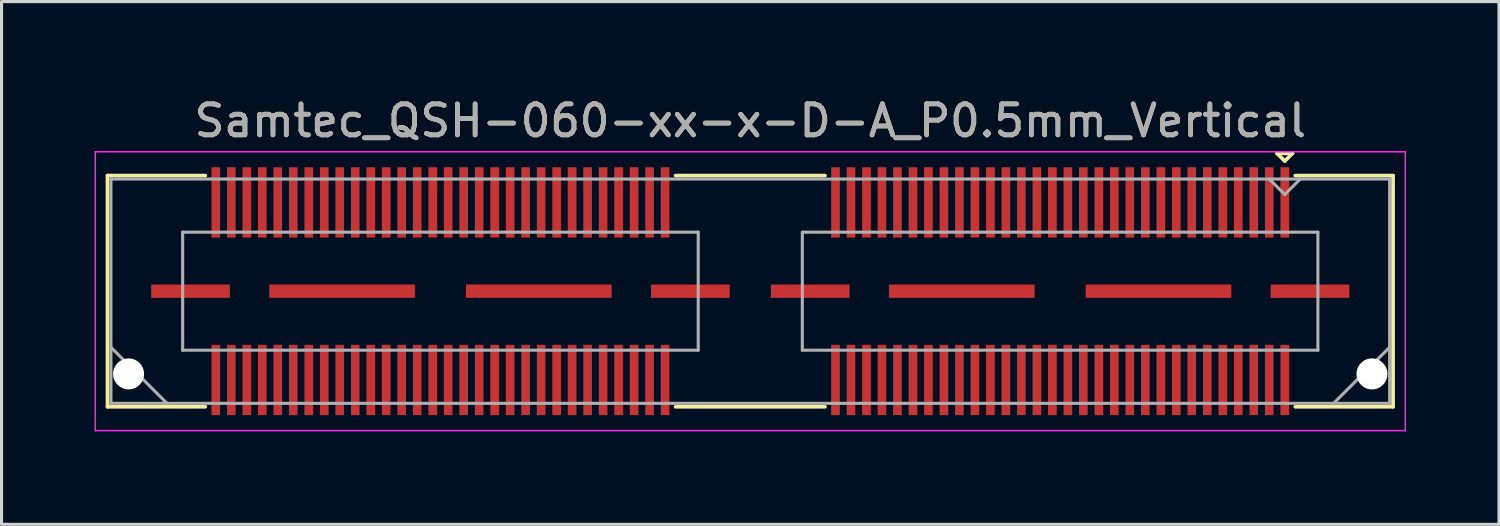
<source format=kicad_pcb>
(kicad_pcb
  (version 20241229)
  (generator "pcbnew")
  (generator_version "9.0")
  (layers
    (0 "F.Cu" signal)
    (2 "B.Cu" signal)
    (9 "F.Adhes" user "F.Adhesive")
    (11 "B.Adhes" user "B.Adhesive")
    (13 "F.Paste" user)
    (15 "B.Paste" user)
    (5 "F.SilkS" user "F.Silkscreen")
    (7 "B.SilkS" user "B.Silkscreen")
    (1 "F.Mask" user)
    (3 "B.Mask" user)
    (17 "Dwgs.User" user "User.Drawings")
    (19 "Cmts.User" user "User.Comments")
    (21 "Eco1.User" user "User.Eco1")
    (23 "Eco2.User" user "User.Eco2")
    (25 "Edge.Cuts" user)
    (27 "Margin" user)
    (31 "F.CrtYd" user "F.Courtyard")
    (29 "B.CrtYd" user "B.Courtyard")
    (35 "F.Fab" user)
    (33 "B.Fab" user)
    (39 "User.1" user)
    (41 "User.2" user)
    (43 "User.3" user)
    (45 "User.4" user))
  (footprint "Samtec_QSH-060-xx-x-D-A_P0.5mm_Vertical"
    (layer "F.Cu")
    (at 21.165 6.348)
    (property "Reference" "Samtec_QSH-060-xx-x-D-A_P0.5mm_Vertical" (at 0 -5.5 0) (layer "F.SilkS") (effects (font (size 1 1) (thickness 0.15))))
    (attr smd)
    (fp_line (start -20.745 -3.73) (end -17.59 -3.73) (stroke (width 0.12) (type solid)) (layer "F.SilkS"))
    (fp_line (start -20.745 3.73) (end -20.745 -3.73) (stroke (width 0.12) (type solid)) (layer "F.SilkS"))
    (fp_line (start -17.59 3.73) (end -20.745 3.73) (stroke (width 0.12) (type solid)) (layer "F.SilkS"))
    (fp_line (start 2.41 -3.73) (end -2.41 -3.73) (stroke (width 0.12) (type solid)) (layer "F.SilkS"))
    (fp_line (start 2.41 3.73) (end -2.41 3.73) (stroke (width 0.12) (type solid)) (layer "F.SilkS"))
    (fp_line (start 17 -4.45) (end 17.5 -4.45) (stroke (width 0.12) (type solid)) (layer "F.SilkS"))
    (fp_line (start 17.25 -4.2) (end 17 -4.45) (stroke (width 0.12) (type solid)) (layer "F.SilkS"))
    (fp_line (start 17.5 -4.45) (end 17.25 -4.2) (stroke (width 0.12) (type solid)) (layer "F.SilkS"))
    (fp_line (start 17.59 3.73) (end 20.745 3.73) (stroke (width 0.12) (type solid)) (layer "F.SilkS"))
    (fp_line (start 20.745 -3.73) (end 17.59 -3.73) (stroke (width 0.12) (type solid)) (layer "F.SilkS"))
    (fp_line (start 20.745 3.73) (end 20.745 -3.73) (stroke (width 0.12) (type solid)) (layer "F.SilkS"))
    (fp_line (start -21.14 -4.5) (end -21.14 4.5) (stroke (width 0.05) (type solid)) (layer "F.CrtYd"))
    (fp_line (start -21.14 4.5) (end 21.14 4.5) (stroke (width 0.05) (type solid)) (layer "F.CrtYd"))
    (fp_line (start 21.14 -4.5) (end -21.14 -4.5) (stroke (width 0.05) (type solid)) (layer "F.CrtYd"))
    (fp_line (start 21.14 4.5) (end 21.14 -4.5) (stroke (width 0.05) (type solid)) (layer "F.CrtYd"))
    (fp_line (start -20.635 -3.62) (end -20.635 3.62) (stroke (width 0.1) (type solid)) (layer "F.Fab"))
    (fp_line (start -20.635 1.81) (end -18.825 3.62) (stroke (width 0.1) (type solid)) (layer "F.Fab"))
    (fp_line (start -20.635 3.62) (end 20.635 3.62) (stroke (width 0.1) (type solid)) (layer "F.Fab"))
    (fp_line (start -18.32 -1.905) (end -18.32 1.905) (stroke (width 0.1) (type solid)) (layer "F.Fab"))
    (fp_line (start -18.32 1.905) (end -1.68 1.905) (stroke (width 0.1) (type solid)) (layer "F.Fab"))
    (fp_line (start -1.68 -1.905) (end -18.32 -1.905) (stroke (width 0.1) (type solid)) (layer "F.Fab"))
    (fp_line (start -1.68 1.905) (end -1.68 -1.905) (stroke (width 0.1) (type solid)) (layer "F.Fab"))
    (fp_line (start 1.68 -1.905) (end 1.68 1.905) (stroke (width 0.1) (type solid)) (layer "F.Fab"))
    (fp_line (start 1.68 1.905) (end 18.32 1.905) (stroke (width 0.1) (type solid)) (layer "F.Fab"))
    (fp_line (start 17.25 -3.12) (end 16.75 -3.62) (stroke (width 0.1) (type solid)) (layer "F.Fab"))
    (fp_line (start 17.75 -3.62) (end 17.25 -3.12) (stroke (width 0.1) (type solid)) (layer "F.Fab"))
    (fp_line (start 18.32 -1.905) (end 1.68 -1.905) (stroke (width 0.1) (type solid)) (layer "F.Fab"))
    (fp_line (start 18.32 1.905) (end 18.32 -1.905) (stroke (width 0.1) (type solid)) (layer "F.Fab"))
    (fp_line (start 20.635 -3.62) (end -20.635 -3.62) (stroke (width 0.1) (type solid)) (layer "F.Fab"))
    (fp_line (start 20.635 1.81) (end 18.825 3.62) (stroke (width 0.1) (type solid)) (layer "F.Fab"))
    (fp_line (start 20.635 3.62) (end 20.635 -3.62) (stroke (width 0.1) (type solid)) (layer "F.Fab"))
    (fp_text user "${REFERENCE}" (at 0 -5.5 0) (layer "F.Fab") (effects (font (size 1 1) (thickness 0.15))))
    (pad "" np_thru_hole circle (at -20.065 2.67) (size 1 1) (drill 1) (layers "*.Cu" "*.Mask"))
    (pad "" np_thru_hole circle (at 20.065 2.67) (size 1 1) (drill 1) (layers "*.Cu" "*.Mask"))
    (pad "1" smd rect (at 17.25 -2.865) (size 0.279 2.27) (layers "F.Cu" "F.Mask" "F.Paste"))
    (pad "2" smd rect (at 17.25 2.865) (size 0.279 2.27) (layers "F.Cu" "F.Mask" "F.Paste"))
    (pad "3" smd rect (at 16.75 -2.865) (size 0.279 2.27) (layers "F.Cu" "F.Mask" "F.Paste"))
    (pad "4" smd rect (at 16.75 2.865) (size 0.279 2.27) (layers "F.Cu" "F.Mask" "F.Paste"))
    (pad "5" smd rect (at 16.25 -2.865) (size 0.279 2.27) (layers "F.Cu" "F.Mask" "F.Paste"))
    (pad "6" smd rect (at 16.25 2.865) (size 0.279 2.27) (layers "F.Cu" "F.Mask" "F.Paste"))
    (pad "7" smd rect (at 15.75 -2.865) (size 0.279 2.27) (layers "F.Cu" "F.Mask" "F.Paste"))
    (pad "8" smd rect (at 15.75 2.865) (size 0.279 2.27) (layers "F.Cu" "F.Mask" "F.Paste"))
    (pad "9" smd rect (at 15.25 -2.865) (size 0.279 2.27) (layers "F.Cu" "F.Mask" "F.Paste"))
    (pad "10" smd rect (at 15.25 2.865) (size 0.279 2.27) (layers "F.Cu" "F.Mask" "F.Paste"))
    (pad "11" smd rect (at 14.75 -2.865) (size 0.279 2.27) (layers "F.Cu" "F.Mask" "F.Paste"))
    (pad "12" smd rect (at 14.75 2.865) (size 0.279 2.27) (layers "F.Cu" "F.Mask" "F.Paste"))
    (pad "13" smd rect (at 14.25 -2.865) (size 0.279 2.27) (layers "F.Cu" "F.Mask" "F.Paste"))
    (pad "14" smd rect (at 14.25 2.865) (size 0.279 2.27) (layers "F.Cu" "F.Mask" "F.Paste"))
    (pad "15" smd rect (at 13.75 -2.865) (size 0.279 2.27) (layers "F.Cu" "F.Mask" "F.Paste"))
    (pad "16" smd rect (at 13.75 2.865) (size 0.279 2.27) (layers "F.Cu" "F.Mask" "F.Paste"))
    (pad "17" smd rect (at 13.25 -2.865) (size 0.279 2.27) (layers "F.Cu" "F.Mask" "F.Paste"))
    (pad "18" smd rect (at 13.25 2.865) (size 0.279 2.27) (layers "F.Cu" "F.Mask" "F.Paste"))
    (pad "19" smd rect (at 12.75 -2.865) (size 0.279 2.27) (layers "F.Cu" "F.Mask" "F.Paste"))
    (pad "20" smd rect (at 12.75 2.865) (size 0.279 2.27) (layers "F.Cu" "F.Mask" "F.Paste"))
    (pad "21" smd rect (at 12.25 -2.865) (size 0.279 2.27) (layers "F.Cu" "F.Mask" "F.Paste"))
    (pad "22" smd rect (at 12.25 2.865) (size 0.279 2.27) (layers "F.Cu" "F.Mask" "F.Paste"))
    (pad "23" smd rect (at 11.75 -2.865) (size 0.279 2.27) (layers "F.Cu" "F.Mask" "F.Paste"))
    (pad "24" smd rect (at 11.75 2.865) (size 0.279 2.27) (layers "F.Cu" "F.Mask" "F.Paste"))
    (pad "25" smd rect (at 11.25 -2.865) (size 0.279 2.27) (layers "F.Cu" "F.Mask" "F.Paste"))
    (pad "26" smd rect (at 11.25 2.865) (size 0.279 2.27) (layers "F.Cu" "F.Mask" "F.Paste"))
    (pad "27" smd rect (at 10.75 -2.865) (size 0.279 2.27) (layers "F.Cu" "F.Mask" "F.Paste"))
    (pad "28" smd rect (at 10.75 2.865) (size 0.279 2.27) (layers "F.Cu" "F.Mask" "F.Paste"))
    (pad "29" smd rect (at 10.25 -2.865) (size 0.279 2.27) (layers "F.Cu" "F.Mask" "F.Paste"))
    (pad "30" smd rect (at 10.25 2.865) (size 0.279 2.27) (layers "F.Cu" "F.Mask" "F.Paste"))
    (pad "31" smd rect (at 9.75 -2.865) (size 0.279 2.27) (layers "F.Cu" "F.Mask" "F.Paste"))
    (pad "32" smd rect (at 9.75 2.865) (size 0.279 2.27) (layers "F.Cu" "F.Mask" "F.Paste"))
    (pad "33" smd rect (at 9.25 -2.865) (size 0.279 2.27) (layers "F.Cu" "F.Mask" "F.Paste"))
    (pad "34" smd rect (at 9.25 2.865) (size 0.279 2.27) (layers "F.Cu" "F.Mask" "F.Paste"))
    (pad "35" smd rect (at 8.75 -2.865) (size 0.279 2.27) (layers "F.Cu" "F.Mask" "F.Paste"))
    (pad "36" smd rect (at 8.75 2.865) (size 0.279 2.27) (layers "F.Cu" "F.Mask" "F.Paste"))
    (pad "37" smd rect (at 8.25 -2.865) (size 0.279 2.27) (layers "F.Cu" "F.Mask" "F.Paste"))
    (pad "38" smd rect (at 8.25 2.865) (size 0.279 2.27) (layers "F.Cu" "F.Mask" "F.Paste"))
    (pad "39" smd rect (at 7.75 -2.865) (size 0.279 2.27) (layers "F.Cu" "F.Mask" "F.Paste"))
    (pad "40" smd rect (at 7.75 2.865) (size 0.279 2.27) (layers "F.Cu" "F.Mask" "F.Paste"))
    (pad "41" smd rect (at 7.25 -2.865) (size 0.279 2.27) (layers "F.Cu" "F.Mask" "F.Paste"))
    (pad "42" smd rect (at 7.25 2.865) (size 0.279 2.27) (layers "F.Cu" "F.Mask" "F.Paste"))
    (pad "43" smd rect (at 6.75 -2.865) (size 0.279 2.27) (layers "F.Cu" "F.Mask" "F.Paste"))
    (pad "44" smd rect (at 6.75 2.865) (size 0.279 2.27) (layers "F.Cu" "F.Mask" "F.Paste"))
    (pad "45" smd rect (at 6.25 -2.865) (size 0.279 2.27) (layers "F.Cu" "F.Mask" "F.Paste"))
    (pad "46" smd rect (at 6.25 2.865) (size 0.279 2.27) (layers "F.Cu" "F.Mask" "F.Paste"))
    (pad "47" smd rect (at 5.75 -2.865) (size 0.279 2.27) (layers "F.Cu" "F.Mask" "F.Paste"))
    (pad "48" smd rect (at 5.75 2.865) (size 0.279 2.27) (layers "F.Cu" "F.Mask" "F.Paste"))
    (pad "49" smd rect (at 5.25 -2.865) (size 0.279 2.27) (layers "F.Cu" "F.Mask" "F.Paste"))
    (pad "50" smd rect (at 5.25 2.865) (size 0.279 2.27) (layers "F.Cu" "F.Mask" "F.Paste"))
    (pad "51" smd rect (at 4.75 -2.865) (size 0.279 2.27) (layers "F.Cu" "F.Mask" "F.Paste"))
    (pad "52" smd rect (at 4.75 2.865) (size 0.279 2.27) (layers "F.Cu" "F.Mask" "F.Paste"))
    (pad "53" smd rect (at 4.25 -2.865) (size 0.279 2.27) (layers "F.Cu" "F.Mask" "F.Paste"))
    (pad "54" smd rect (at 4.25 2.865) (size 0.279 2.27) (layers "F.Cu" "F.Mask" "F.Paste"))
    (pad "55" smd rect (at 3.75 -2.865) (size 0.279 2.27) (layers "F.Cu" "F.Mask" "F.Paste"))
    (pad "56" smd rect (at 3.75 2.865) (size 0.279 2.27) (layers "F.Cu" "F.Mask" "F.Paste"))
    (pad "57" smd rect (at 3.25 -2.865) (size 0.279 2.27) (layers "F.Cu" "F.Mask" "F.Paste"))
    (pad "58" smd rect (at 3.25 2.865) (size 0.279 2.27) (layers "F.Cu" "F.Mask" "F.Paste"))
    (pad "59" smd rect (at 2.75 -2.865) (size 0.279 2.27) (layers "F.Cu" "F.Mask" "F.Paste"))
    (pad "60" smd rect (at 2.75 2.865) (size 0.279 2.27) (layers "F.Cu" "F.Mask" "F.Paste"))
    (pad "61" smd rect (at -2.75 -2.865) (size 0.279 2.27) (layers "F.Cu" "F.Mask" "F.Paste"))
    (pad "62" smd rect (at -2.75 2.865) (size 0.279 2.27) (layers "F.Cu" "F.Mask" "F.Paste"))
    (pad "63" smd rect (at -3.25 -2.865) (size 0.279 2.27) (layers "F.Cu" "F.Mask" "F.Paste"))
    (pad "64" smd rect (at -3.25 2.865) (size 0.279 2.27) (layers "F.Cu" "F.Mask" "F.Paste"))
    (pad "65" smd rect (at -3.75 -2.865) (size 0.279 2.27) (layers "F.Cu" "F.Mask" "F.Paste"))
    (pad "66" smd rect (at -3.75 2.865) (size 0.279 2.27) (layers "F.Cu" "F.Mask" "F.Paste"))
    (pad "67" smd rect (at -4.25 -2.865) (size 0.279 2.27) (layers "F.Cu" "F.Mask" "F.Paste"))
    (pad "68" smd rect (at -4.25 2.865) (size 0.279 2.27) (layers "F.Cu" "F.Mask" "F.Paste"))
    (pad "69" smd rect (at -4.75 -2.865) (size 0.279 2.27) (layers "F.Cu" "F.Mask" "F.Paste"))
    (pad "70" smd rect (at -4.75 2.865) (size 0.279 2.27) (layers "F.Cu" "F.Mask" "F.Paste"))
    (pad "71" smd rect (at -5.25 -2.865) (size 0.279 2.27) (layers "F.Cu" "F.Mask" "F.Paste"))
    (pad "72" smd rect (at -5.25 2.865) (size 0.279 2.27) (layers "F.Cu" "F.Mask" "F.Paste"))
    (pad "73" smd rect (at -5.75 -2.865) (size 0.279 2.27) (layers "F.Cu" "F.Mask" "F.Paste"))
    (pad "74" smd rect (at -5.75 2.865) (size 0.279 2.27) (layers "F.Cu" "F.Mask" "F.Paste"))
    (pad "75" smd rect (at -6.25 -2.865) (size 0.279 2.27) (layers "F.Cu" "F.Mask" "F.Paste"))
    (pad "76" smd rect (at -6.25 2.865) (size 0.279 2.27) (layers "F.Cu" "F.Mask" "F.Paste"))
    (pad "77" smd rect (at -6.75 -2.865) (size 0.279 2.27) (layers "F.Cu" "F.Mask" "F.Paste"))
    (pad "78" smd rect (at -6.75 2.865) (size 0.279 2.27) (layers "F.Cu" "F.Mask" "F.Paste"))
    (pad "79" smd rect (at -7.25 -2.865) (size 0.279 2.27) (layers "F.Cu" "F.Mask" "F.Paste"))
    (pad "80" smd rect (at -7.25 2.865) (size 0.279 2.27) (layers "F.Cu" "F.Mask" "F.Paste"))
    (pad "81" smd rect (at -7.75 -2.865) (size 0.279 2.27) (layers "F.Cu" "F.Mask" "F.Paste"))
    (pad "82" smd rect (at -7.75 2.865) (size 0.279 2.27) (layers "F.Cu" "F.Mask" "F.Paste"))
    (pad "83" smd rect (at -8.25 -2.865) (size 0.279 2.27) (layers "F.Cu" "F.Mask" "F.Paste"))
    (pad "84" smd rect (at -8.25 2.865) (size 0.279 2.27) (layers "F.Cu" "F.Mask" "F.Paste"))
    (pad "85" smd rect (at -8.75 -2.865) (size 0.279 2.27) (layers "F.Cu" "F.Mask" "F.Paste"))
    (pad "86" smd rect (at -8.75 2.865) (size 0.279 2.27) (layers "F.Cu" "F.Mask" "F.Paste"))
    (pad "87" smd rect (at -9.25 -2.865) (size 0.279 2.27) (layers "F.Cu" "F.Mask" "F.Paste"))
    (pad "88" smd rect (at -9.25 2.865) (size 0.279 2.27) (layers "F.Cu" "F.Mask" "F.Paste"))
    (pad "89" smd rect (at -9.75 -2.865) (size 0.279 2.27) (layers "F.Cu" "F.Mask" "F.Paste"))
    (pad "90" smd rect (at -9.75 2.865) (size 0.279 2.27) (layers "F.Cu" "F.Mask" "F.Paste"))
    (pad "91" smd rect (at -10.25 -2.865) (size 0.279 2.27) (layers "F.Cu" "F.Mask" "F.Paste"))
    (pad "92" smd rect (at -10.25 2.865) (size 0.279 2.27) (layers "F.Cu" "F.Mask" "F.Paste"))
    (pad "93" smd rect (at -10.75 -2.865) (size 0.279 2.27) (layers "F.Cu" "F.Mask" "F.Paste"))
    (pad "94" smd rect (at -10.75 2.865) (size 0.279 2.27) (layers "F.Cu" "F.Mask" "F.Paste"))
    (pad "95" smd rect (at -11.25 -2.865) (size 0.279 2.27) (layers "F.Cu" "F.Mask" "F.Paste"))
    (pad "96" smd rect (at -11.25 2.865) (size 0.279 2.27) (layers "F.Cu" "F.Mask" "F.Paste"))
    (pad "97" smd rect (at -11.75 -2.865) (size 0.279 2.27) (layers "F.Cu" "F.Mask" "F.Paste"))
    (pad "98" smd rect (at -11.75 2.865) (size 0.279 2.27) (layers "F.Cu" "F.Mask" "F.Paste"))
    (pad "99" smd rect (at -12.25 -2.865) (size 0.279 2.27) (layers "F.Cu" "F.Mask" "F.Paste"))
    (pad "100" smd rect (at -12.25 2.865) (size 0.279 2.27) (layers "F.Cu" "F.Mask" "F.Paste"))
    (pad "101" smd rect (at -12.75 -2.865) (size 0.279 2.27) (layers "F.Cu" "F.Mask" "F.Paste"))
    (pad "102" smd rect (at -12.75 2.865) (size 0.279 2.27) (layers "F.Cu" "F.Mask" "F.Paste"))
    (pad "103" smd rect (at -13.25 -2.865) (size 0.279 2.27) (layers "F.Cu" "F.Mask" "F.Paste"))
    (pad "104" smd rect (at -13.25 2.865) (size 0.279 2.27) (layers "F.Cu" "F.Mask" "F.Paste"))
    (pad "105" smd rect (at -13.75 -2.865) (size 0.279 2.27) (layers "F.Cu" "F.Mask" "F.Paste"))
    (pad "106" smd rect (at -13.75 2.865) (size 0.279 2.27) (layers "F.Cu" "F.Mask" "F.Paste"))
    (pad "107" smd rect (at -14.25 -2.865) (size 0.279 2.27) (layers "F.Cu" "F.Mask" "F.Paste"))
    (pad "108" smd rect (at -14.25 2.865) (size 0.279 2.27) (layers "F.Cu" "F.Mask" "F.Paste"))
    (pad "109" smd rect (at -14.75 -2.865) (size 0.279 2.27) (layers "F.Cu" "F.Mask" "F.Paste"))
    (pad "110" smd rect (at -14.75 2.865) (size 0.279 2.27) (layers "F.Cu" "F.Mask" "F.Paste"))
    (pad "111" smd rect (at -15.25 -2.865) (size 0.279 2.27) (layers "F.Cu" "F.Mask" "F.Paste"))
    (pad "112" smd rect (at -15.25 2.865) (size 0.279 2.27) (layers "F.Cu" "F.Mask" "F.Paste"))
    (pad "113" smd rect (at -15.75 -2.865) (size 0.279 2.27) (layers "F.Cu" "F.Mask" "F.Paste"))
    (pad "114" smd rect (at -15.75 2.865) (size 0.279 2.27) (layers "F.Cu" "F.Mask" "F.Paste"))
    (pad "115" smd rect (at -16.25 -2.865) (size 0.279 2.27) (layers "F.Cu" "F.Mask" "F.Paste"))
    (pad "116" smd rect (at -16.25 2.865) (size 0.279 2.27) (layers "F.Cu" "F.Mask" "F.Paste"))
    (pad "117" smd rect (at -16.75 -2.865) (size 0.279 2.27) (layers "F.Cu" "F.Mask" "F.Paste"))
    (pad "118" smd rect (at -16.75 2.865) (size 0.279 2.27) (layers "F.Cu" "F.Mask" "F.Paste"))
    (pad "119" smd rect (at -17.25 -2.865) (size 0.279 2.27) (layers "F.Cu" "F.Mask" "F.Paste"))
    (pad "120" smd rect (at -17.25 2.865) (size 0.279 2.27) (layers "F.Cu" "F.Mask" "F.Paste"))
    (pad "P1" smd rect (at 1.935 0) (size 2.54 0.43) (layers "F.Cu" "F.Mask" "F.Paste"))
    (pad "P1" smd rect (at 6.825 0) (size 4.7 0.43) (layers "F.Cu" "F.Mask" "F.Paste"))
    (pad "P1" smd rect (at 13.175 0) (size 4.7 0.43) (layers "F.Cu" "F.Mask" "F.Paste"))
    (pad "P1" smd rect (at 18.065 0) (size 2.54 0.43) (layers "F.Cu" "F.Mask" "F.Paste"))
    (pad "P2" smd rect (at -18.065 0) (size 2.54 0.43) (layers "F.Cu" "F.Mask" "F.Paste"))
    (pad "P2" smd rect (at -13.175 0) (size 4.7 0.43) (layers "F.Cu" "F.Mask" "F.Paste"))
    (pad "P2" smd rect (at -6.825 0) (size 4.7 0.43) (layers "F.Cu" "F.Mask" "F.Paste"))
    (pad "P2" smd rect (at -1.935 0) (size 2.54 0.43) (layers "F.Cu" "F.Mask" "F.Paste")))
  (gr_rect
    (start -3 -3)
    (end 45.33 13.873)
    (stroke (width 0.1) (type default))
    (fill no)
    (layer "Edge.Cuts")))
</source>
